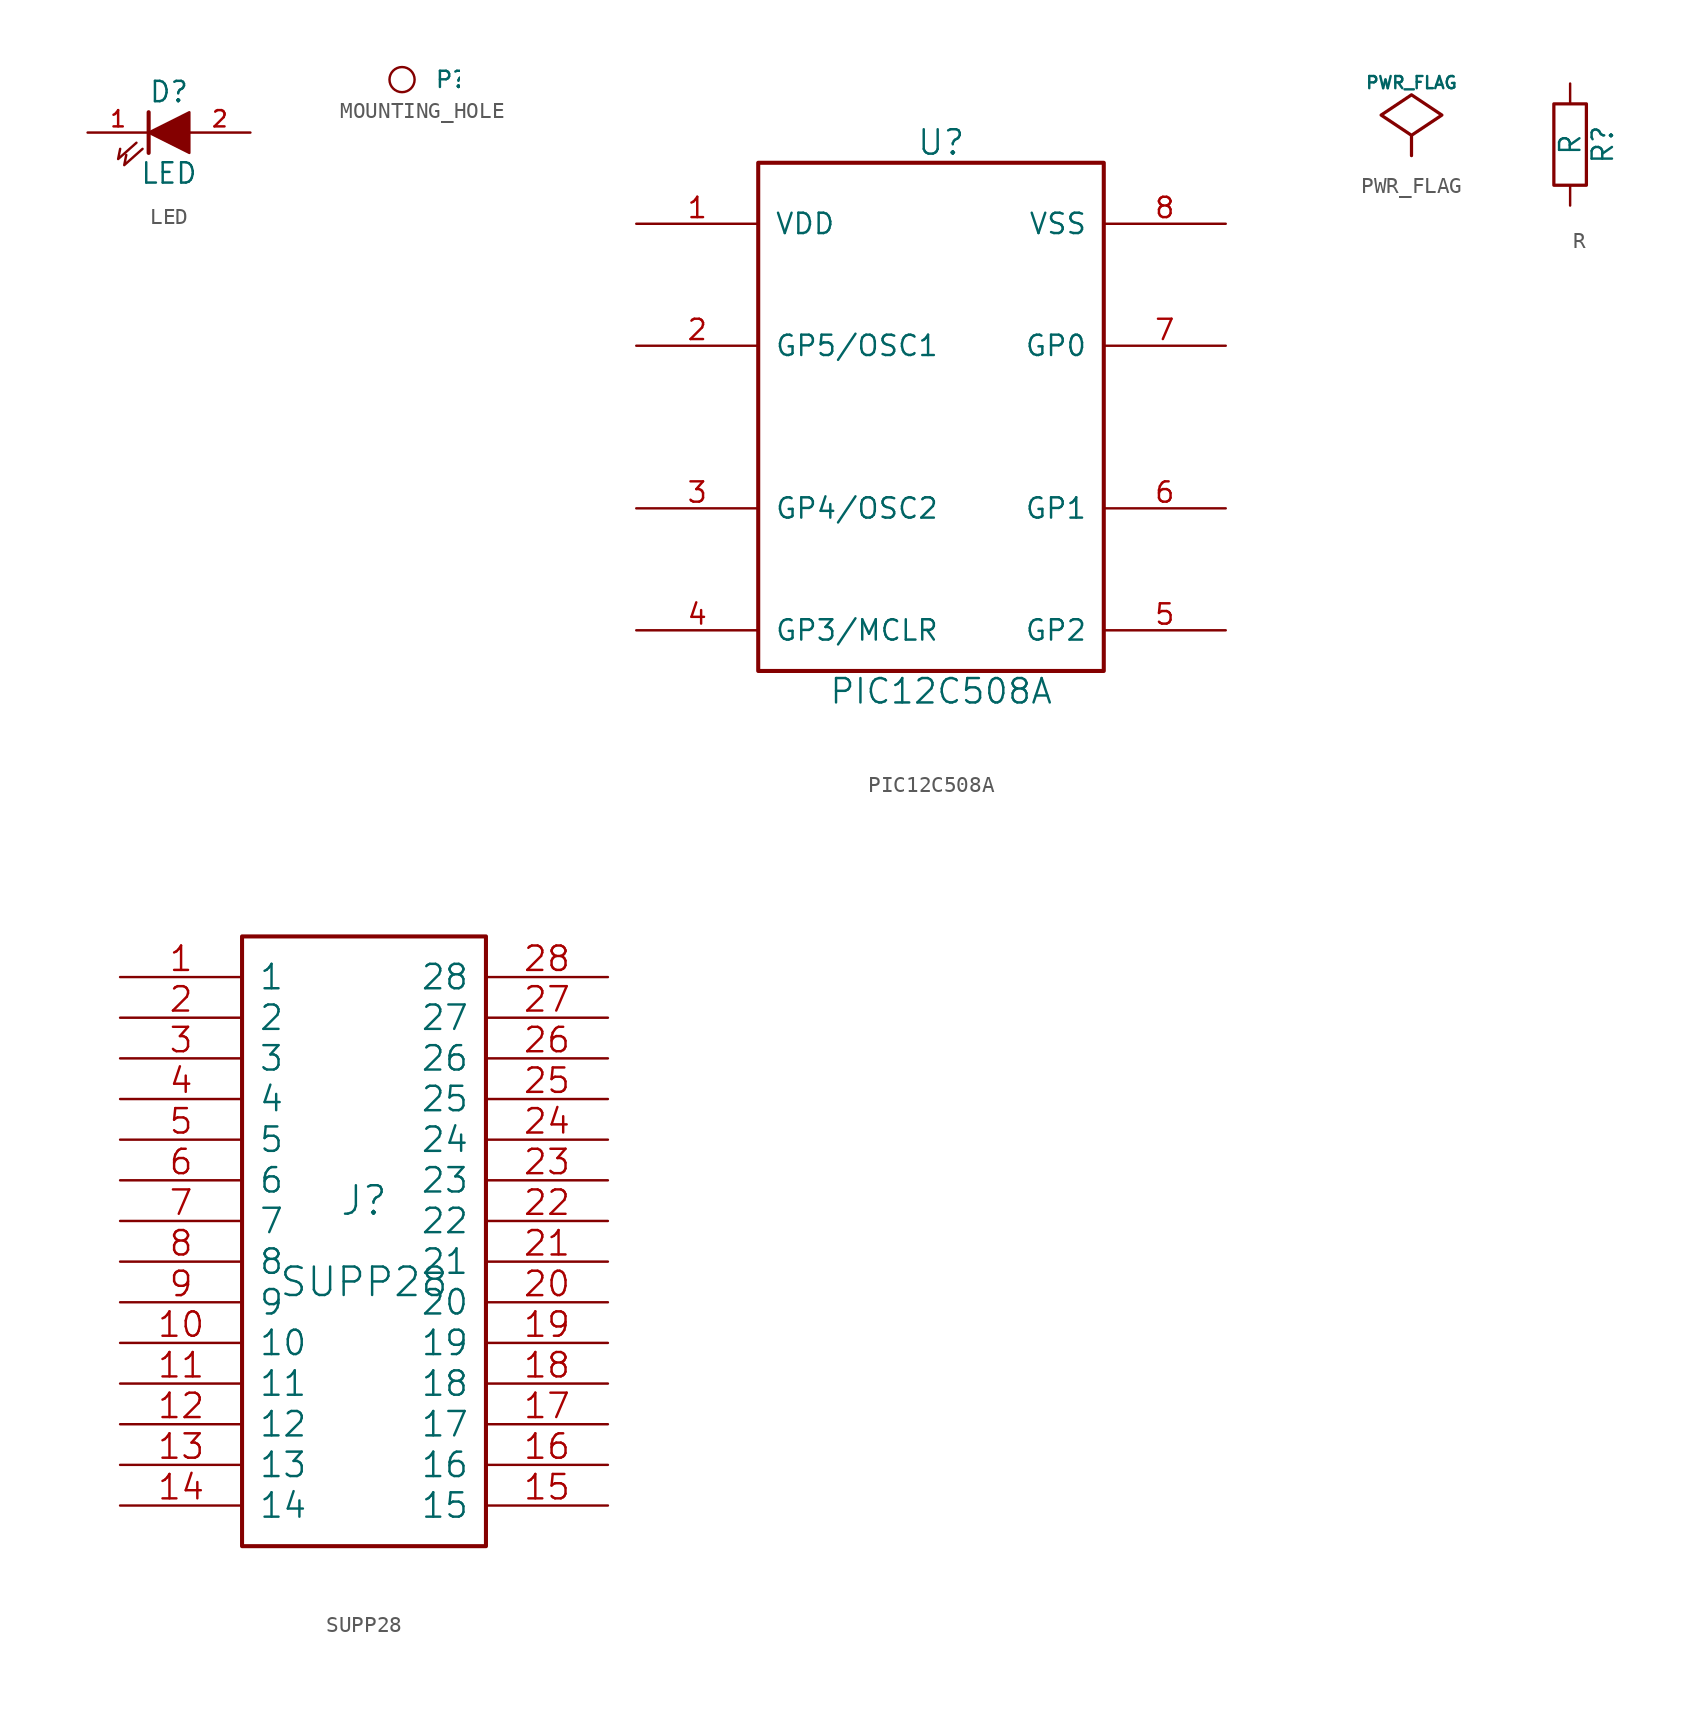
<source format=kicad_sym>
(kicad_symbol_lib
  (version 20241209)
  (generator "kicad_symbol_editor")
  (generator_version "9.0")
  (symbol "LED"
    (pin_names
      (offset 1.016)
      (hide yes))
    (property "Reference" "D"
      (at 0 2.54 0)
      (effects (font (size 1.27 1.27))))
    (property "Value" "LED"
      (at 0 -2.54 0)
      (effects (font (size 1.27 1.27))))
    (property "Footprint" ""
      (at 0 0 0)
      (effects (font (size 1.524 1.524))))
    (property "Datasheet" ""
      (at 0 0 0)
      (effects (font (size 1.524 1.524))))
    (symbol "LED_0_1"
      (polyline (pts (xy -2.032 -0.635) (xy -3.175 -1.651) (xy -3.048 -1.016)) (stroke (width 0) (type default)) (fill (type none)))
      (polyline (pts (xy -1.651 -1.016) (xy -2.794 -2.032) (xy -2.667 -1.397)) (stroke (width 0) (type default)) (fill (type none)))
      (polyline (pts (xy -1.27 1.27) (xy -1.27 -1.27)) (stroke (width 0.254) (type default)) (fill (type none)))
      (polyline (pts (xy -1.27 0) (xy 1.27 1.27) (xy 1.27 -1.27) (xy -1.27 0)) (stroke (width 0.152) (type default)) (fill (type outline))))
    (symbol "LED_1_1"
      (pin passive line (at -5.08 0 0) (length 3.81) (name "K" (effects (font (size 1.016 1.016)))) (number "1" (effects (font (size 1.016 1.016)))))
      (pin passive line (at 5.08 0 180) (length 3.81) (name "A" (effects (font (size 1.016 1.016)))) (number "2" (effects (font (size 1.016 1.016)))))))
  (symbol "MOUNTING_HOLE"
    (pin_numbers
      (hide yes))
    (pin_names
      (offset 0.762)
      (hide yes))
    (property "Reference" "P"
      (at 2.032 0 0)
      (effects (font (size 1.016 1.016)) (justify left)))
    (property "Footprint" ""
      (at 0 0 0)
      (effects (font (size 1.524 1.524))))
    (property "Datasheet" ""
      (at 0 0 0)
      (effects (font (size 1.524 1.524))))
    (symbol "MOUNTING_HOLE_0_1"
      (circle (center 0 0) (radius 0.787) (stroke (width 0) (type default)) (fill (type none)))))
  (symbol "PIC12C508A"
    (pin_names
      (offset 1.016))
    (property "Reference" "U"
      (at 0 17.78 0)
      (effects (font (size 1.524 1.524))))
    (property "Value" "PIC12C508A"
      (at 0 -16.51 0)
      (effects (font (size 1.524 1.524))))
    (property "Footprint" ""
      (at 0 0 0)
      (effects (font (size 1.524 1.524))))
    (property "Datasheet" ""
      (at 0 0 0)
      (effects (font (size 1.524 1.524))))
    (symbol "PIC12C508A_0_1"
      (rectangle (start 10.16 -15.24) (end -11.43 16.51) (stroke (width 0.254) (type default)) (fill (type none))))
    (symbol "PIC12C508A_1_1"
      (pin power_in line (at -19.05 12.7 0) (length 7.62) (name "VDD" (effects (font (size 1.27 1.27)))) (number "1" (effects (font (size 1.27 1.27)))))
      (pin input line (at -19.05 5.08 0) (length 7.62) (name "GP5/OSC1" (effects (font (size 1.27 1.27)))) (number "2" (effects (font (size 1.27 1.27)))))
      (pin input line (at -19.05 -5.08 0) (length 7.62) (name "GP4/OSC2" (effects (font (size 1.27 1.27)))) (number "3" (effects (font (size 1.27 1.27)))))
      (pin input line (at -19.05 -12.7 0) (length 7.62) (name "GP3/MCLR" (effects (font (size 1.27 1.27)))) (number "4" (effects (font (size 1.27 1.27)))))
      (pin power_in line (at 17.78 12.7 180) (length 7.62) (name "VSS" (effects (font (size 1.27 1.27)))) (number "8" (effects (font (size 1.27 1.27)))))
      (pin input line (at 17.78 5.08 180) (length 7.62) (name "GP0" (effects (font (size 1.27 1.27)))) (number "7" (effects (font (size 1.27 1.27)))))
      (pin input line (at 17.78 -5.08 180) (length 7.62) (name "GP1" (effects (font (size 1.27 1.27)))) (number "6" (effects (font (size 1.27 1.27)))))
      (pin input line (at 17.78 -12.7 180) (length 7.62) (name "GP2" (effects (font (size 1.27 1.27)))) (number "5" (effects (font (size 1.27 1.27)))))))
  (symbol "PWR_FLAG"
    (power)
    (pin_numbers
      (hide yes))
    (pin_names
      (offset 0)
      (hide yes))
    (property "Reference" "#FLG"
      (at 0 2.413 0)
      (effects (font (size 0.762 0.762)) (hide yes)))
    (property "Value" "PWR_FLAG"
      (at 0 4.572 0)
      (effects (font (size 0.762 0.762))))
    (property "Footprint" ""
      (at 0 0 0)
      (effects (font (size 1.524 1.524))))
    (property "Datasheet" ""
      (at 0 0 0)
      (effects (font (size 1.524 1.524))))
    (symbol "PWR_FLAG_0_0"
      (pin power_out line (at 0 0 90) (length 0) (name "pwr" (effects (font (size 0.508 0.508)))) (number "1" (effects (font (size 0.508 0.508))))))
    (symbol "PWR_FLAG_0_1"
      (polyline (pts (xy 0 0) (xy 0 1.27) (xy -1.905 2.54) (xy 0 3.81) (xy 1.905 2.54) (xy 0 1.27)) (stroke (width 0.203) (type default)) (fill (type none)))))
  (symbol "R"
    (pin_numbers
      (hide yes))
    (pin_names
      (offset 0))
    (property "Reference" "R"
      (at 2.032 0 90)
      (effects (font (size 1.27 1.27))))
    (property "Value" "R"
      (at 0 0 90)
      (effects (font (size 1.27 1.27))))
    (property "Footprint" ""
      (at -1.778 0 90)
      (effects (font (size 0.762 0.762))))
    (property "Datasheet" ""
      (at 0 0 0)
      (effects (font (size 0.762 0.762))))
    (symbol "R_0_1"
      (rectangle (start -1.016 -2.54) (end 1.016 2.54) (stroke (width 0.203) (type default)) (fill (type none))))
    (symbol "R_1_1"
      (pin passive line (at 0 3.81 270) (length 1.27) (name "~" (effects (font (size 1.524 1.524)))) (number "1" (effects (font (size 1.524 1.524)))))
      (pin passive line (at 0 -3.81 90) (length 1.27) (name "~" (effects (font (size 1.524 1.524)))) (number "2" (effects (font (size 1.524 1.524)))))))
  (symbol "SUPP28"
    (pin_names
      (offset 1.016))
    (property "Reference" "J"
      (at 0 2.54 0)
      (effects (font (size 1.778 1.778))))
    (property "Value" "SUPP28"
      (at 0 -2.54 0)
      (effects (font (size 1.778 1.778))))
    (property "Footprint" ""
      (at 0 0 0)
      (effects (font (size 1.524 1.524))))
    (property "Datasheet" ""
      (at 0 0 0)
      (effects (font (size 1.524 1.524))))
    (symbol "SUPP28_0_1"
      (rectangle (start -7.62 -19.05) (end 7.62 19.05) (stroke (width 0.254) (type default)) (fill (type none))))
    (symbol "SUPP28_1_1"
      (pin passive line (at -15.24 16.51 0) (length 7.62) (name "1" (effects (font (size 1.524 1.524)))) (number "1" (effects (font (size 1.524 1.524)))))
      (pin passive line (at -15.24 13.97 0) (length 7.62) (name "2" (effects (font (size 1.524 1.524)))) (number "2" (effects (font (size 1.524 1.524)))))
      (pin passive line (at -15.24 11.43 0) (length 7.62) (name "3" (effects (font (size 1.524 1.524)))) (number "3" (effects (font (size 1.524 1.524)))))
      (pin passive line (at -15.24 8.89 0) (length 7.62) (name "4" (effects (font (size 1.524 1.524)))) (number "4" (effects (font (size 1.524 1.524)))))
      (pin passive line (at -15.24 6.35 0) (length 7.62) (name "5" (effects (font (size 1.524 1.524)))) (number "5" (effects (font (size 1.524 1.524)))))
      (pin passive line (at -15.24 3.81 0) (length 7.62) (name "6" (effects (font (size 1.524 1.524)))) (number "6" (effects (font (size 1.524 1.524)))))
      (pin passive line (at -15.24 1.27 0) (length 7.62) (name "7" (effects (font (size 1.524 1.524)))) (number "7" (effects (font (size 1.524 1.524)))))
      (pin passive line (at -15.24 -1.27 0) (length 7.62) (name "8" (effects (font (size 1.524 1.524)))) (number "8" (effects (font (size 1.524 1.524)))))
      (pin passive line (at -15.24 -3.81 0) (length 7.62) (name "9" (effects (font (size 1.524 1.524)))) (number "9" (effects (font (size 1.524 1.524)))))
      (pin passive line (at -15.24 -6.35 0) (length 7.62) (name "10" (effects (font (size 1.524 1.524)))) (number "10" (effects (font (size 1.524 1.524)))))
      (pin passive line (at -15.24 -8.89 0) (length 7.62) (name "11" (effects (font (size 1.524 1.524)))) (number "11" (effects (font (size 1.524 1.524)))))
      (pin passive line (at -15.24 -11.43 0) (length 7.62) (name "12" (effects (font (size 1.524 1.524)))) (number "12" (effects (font (size 1.524 1.524)))))
      (pin passive line (at -15.24 -13.97 0) (length 7.62) (name "13" (effects (font (size 1.524 1.524)))) (number "13" (effects (font (size 1.524 1.524)))))
      (pin passive line (at -15.24 -16.51 0) (length 7.62) (name "14" (effects (font (size 1.524 1.524)))) (number "14" (effects (font (size 1.524 1.524)))))
      (pin passive line (at 15.24 16.51 180) (length 7.62) (name "28" (effects (font (size 1.524 1.524)))) (number "28" (effects (font (size 1.524 1.524)))))
      (pin passive line (at 15.24 13.97 180) (length 7.62) (name "27" (effects (font (size 1.524 1.524)))) (number "27" (effects (font (size 1.524 1.524)))))
      (pin passive line (at 15.24 11.43 180) (length 7.62) (name "26" (effects (font (size 1.524 1.524)))) (number "26" (effects (font (size 1.524 1.524)))))
      (pin passive line (at 15.24 8.89 180) (length 7.62) (name "25" (effects (font (size 1.524 1.524)))) (number "25" (effects (font (size 1.524 1.524)))))
      (pin passive line (at 15.24 6.35 180) (length 7.62) (name "24" (effects (font (size 1.524 1.524)))) (number "24" (effects (font (size 1.524 1.524)))))
      (pin passive line (at 15.24 3.81 180) (length 7.62) (name "23" (effects (font (size 1.524 1.524)))) (number "23" (effects (font (size 1.524 1.524)))))
      (pin passive line (at 15.24 1.27 180) (length 7.62) (name "22" (effects (font (size 1.524 1.524)))) (number "22" (effects (font (size 1.524 1.524)))))
      (pin passive line (at 15.24 -1.27 180) (length 7.62) (name "21" (effects (font (size 1.524 1.524)))) (number "21" (effects (font (size 1.524 1.524)))))
      (pin passive line (at 15.24 -3.81 180) (length 7.62) (name "20" (effects (font (size 1.524 1.524)))) (number "20" (effects (font (size 1.524 1.524)))))
      (pin passive line (at 15.24 -6.35 180) (length 7.62) (name "19" (effects (font (size 1.524 1.524)))) (number "19" (effects (font (size 1.524 1.524)))))
      (pin passive line (at 15.24 -8.89 180) (length 7.62) (name "18" (effects (font (size 1.524 1.524)))) (number "18" (effects (font (size 1.524 1.524)))))
      (pin passive line (at 15.24 -11.43 180) (length 7.62) (name "17" (effects (font (size 1.524 1.524)))) (number "17" (effects (font (size 1.524 1.524)))))
      (pin passive line (at 15.24 -13.97 180) (length 7.62) (name "16" (effects (font (size 1.524 1.524)))) (number "16" (effects (font (size 1.524 1.524)))))
      (pin passive line (at 15.24 -16.51 180) (length 7.62) (name "15" (effects (font (size 1.524 1.524)))) (number "15" (effects (font (size 1.524 1.524))))))))
</source>
